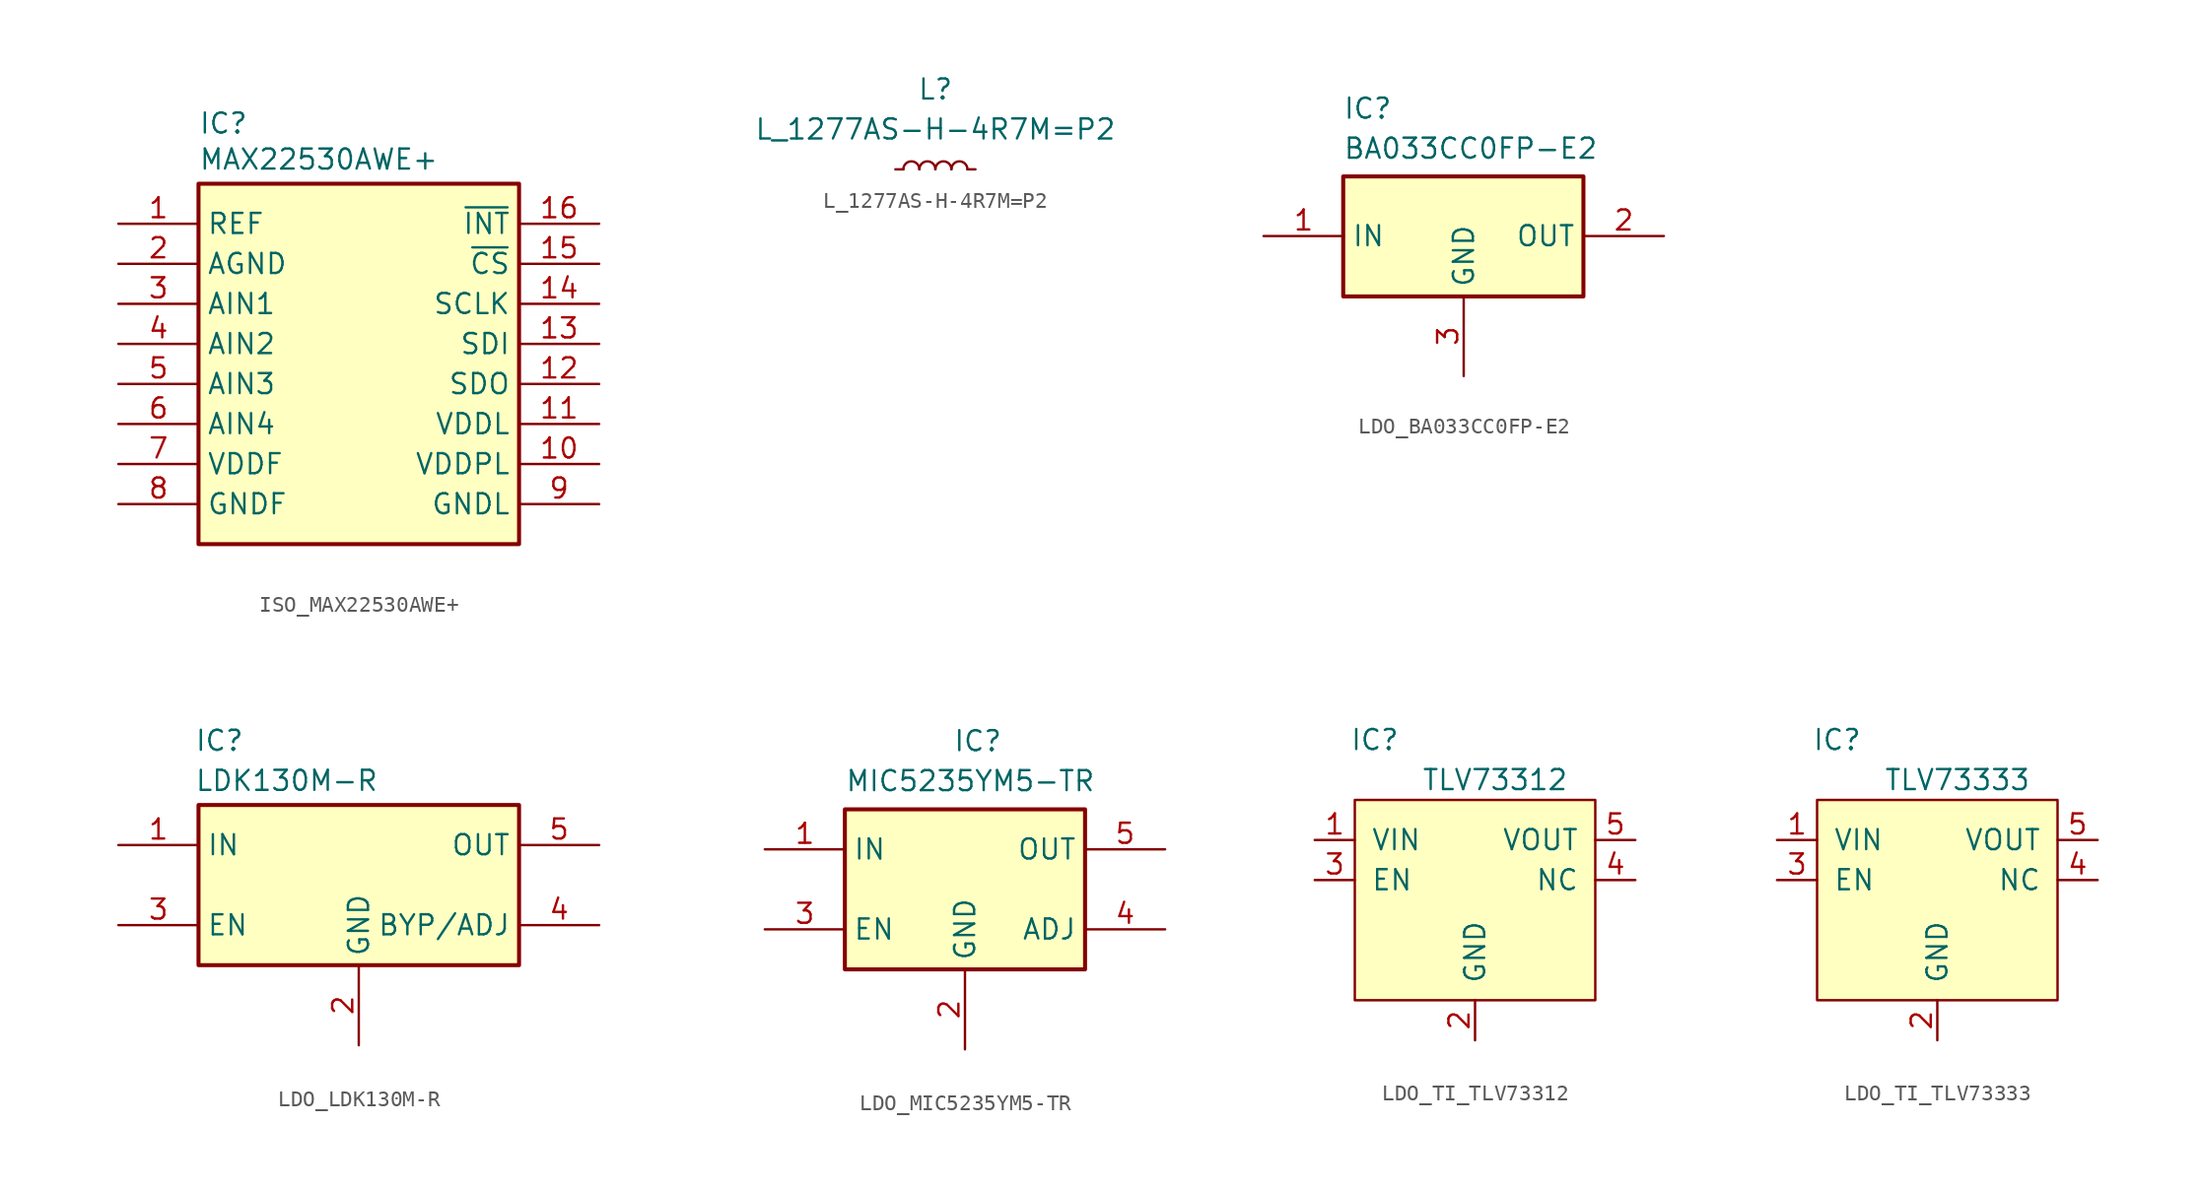
<source format=kicad_sym>
(kicad_symbol_lib
  (version 20220914)
  (generator kicad_symbol_editor)
  (symbol "ISO_MAX22530AWE+"
    (property "Reference" "IC"
      (at -10.16 16.002 0)
      (effects (font (size 1.27 1.27)) (justify left top)))
    (property "Value" "MAX22530AWE+"
      (at -10.16 13.716 0)
      (effects (font (size 1.27 1.27)) (justify left top)))
    (symbol "ISO_MAX22530AWE+_1_1"
      (rectangle (start -10.16 11.43) (end 10.16 -11.43) (stroke (width 0.254) (type default)) (fill (type background)))
      (pin passive line (at -15.24 8.89 0) (length 5.08) (name "REF" (effects (font (size 1.27 1.27)))) (number "1" (effects (font (size 1.27 1.27)))))
      (pin passive line (at 15.24 -6.35 180) (length 5.08) (name "VDDPL" (effects (font (size 1.27 1.27)))) (number "10" (effects (font (size 1.27 1.27)))))
      (pin passive line (at 15.24 -3.81 180) (length 5.08) (name "VDDL" (effects (font (size 1.27 1.27)))) (number "11" (effects (font (size 1.27 1.27)))))
      (pin passive line (at 15.24 -1.27 180) (length 5.08) (name "SDO" (effects (font (size 1.27 1.27)))) (number "12" (effects (font (size 1.27 1.27)))))
      (pin passive line (at 15.24 1.27 180) (length 5.08) (name "SDI" (effects (font (size 1.27 1.27)))) (number "13" (effects (font (size 1.27 1.27)))))
      (pin passive line (at 15.24 3.81 180) (length 5.08) (name "SCLK" (effects (font (size 1.27 1.27)))) (number "14" (effects (font (size 1.27 1.27)))))
      (pin passive line (at 15.24 6.35 180) (length 5.08) (name "~{CS}" (effects (font (size 1.27 1.27)))) (number "15" (effects (font (size 1.27 1.27)))))
      (pin passive line (at 15.24 8.89 180) (length 5.08) (name "~{INT}" (effects (font (size 1.27 1.27)))) (number "16" (effects (font (size 1.27 1.27)))))
      (pin passive line (at -15.24 6.35 0) (length 5.08) (name "AGND" (effects (font (size 1.27 1.27)))) (number "2" (effects (font (size 1.27 1.27)))))
      (pin passive line (at -15.24 3.81 0) (length 5.08) (name "AIN1" (effects (font (size 1.27 1.27)))) (number "3" (effects (font (size 1.27 1.27)))))
      (pin passive line (at -15.24 1.27 0) (length 5.08) (name "AIN2" (effects (font (size 1.27 1.27)))) (number "4" (effects (font (size 1.27 1.27)))))
      (pin passive line (at -15.24 -1.27 0) (length 5.08) (name "AIN3" (effects (font (size 1.27 1.27)))) (number "5" (effects (font (size 1.27 1.27)))))
      (pin passive line (at -15.24 -3.81 0) (length 5.08) (name "AIN4" (effects (font (size 1.27 1.27)))) (number "6" (effects (font (size 1.27 1.27)))))
      (pin passive line (at -15.24 -6.35 0) (length 5.08) (name "VDDF" (effects (font (size 1.27 1.27)))) (number "7" (effects (font (size 1.27 1.27)))))
      (pin passive line (at -15.24 -8.89 0) (length 5.08) (name "GNDF" (effects (font (size 1.27 1.27)))) (number "8" (effects (font (size 1.27 1.27)))))
      (pin passive line (at 15.24 -8.89 180) (length 5.08) (name "GNDL" (effects (font (size 1.27 1.27)))) (number "9" (effects (font (size 1.27 1.27)))))))
  (symbol "L_1277AS-H-4R7M=P2"
    (pin_numbers hide)
    (pin_names
      (offset 1.016) hide)
    (property "Reference" "L"
      (at 0 5.08 0)
      (effects (font (size 1.27 1.27))))
    (property "Value" "L_1277AS-H-4R7M=P2"
      (at 0 2.54 0)
      (effects (font (size 1.27 1.27))))
    (symbol "L_1277AS-H-4R7M=P2_1_1"
      (arc (start -1.016 0) (mid -1.524 0.5058) (end -2.032 0) (stroke (width 0) (type default)) (fill (type none)))
      (arc (start 0 0) (mid -0.508 0.5058) (end -1.016 0) (stroke (width 0) (type default)) (fill (type none)))
      (arc (start 1.016 0) (mid 0.508 0.5058) (end 0 0) (stroke (width 0) (type default)) (fill (type none)))
      (arc (start 2.032 0) (mid 1.524 0.5058) (end 1.016 0) (stroke (width 0) (type default)) (fill (type none)))
      (pin passive line (at -2.54 0 0) (length 0.508) (name "~" (effects (font (size 1.27 1.27)))) (number "1" (effects (font (size 1.27 1.27)))))
      (pin passive line (at 2.54 0 180) (length 0.508) (name "~" (effects (font (size 1.27 1.27)))) (number "2" (effects (font (size 1.27 1.27)))))))
  (symbol "LDO_BA033CC0FP-E2"
    (property "Reference" "IC"
      (at -7.671 8.839 0)
      (effects (font (size 1.27 1.27)) (justify left top)))
    (property "Value" "BA033CC0FP-E2"
      (at -7.671 6.299 0)
      (effects (font (size 1.27 1.27)) (justify left top)))
    (symbol "LDO_BA033CC0FP-E2_1_1"
      (rectangle (start -7.645 3.785) (end 7.595 -3.835) (stroke (width 0.254) (type default)) (fill (type background)))
      (pin power_in line (at -12.7 0 0) (length 5.08) (name "IN" (effects (font (size 1.27 1.27)))) (number "1" (effects (font (size 1.27 1.27)))))
      (pin power_out line (at 12.7 0 180) (length 5.08) (name "OUT" (effects (font (size 1.27 1.27)))) (number "2" (effects (font (size 1.27 1.27)))))
      (pin power_in line (at 0 -8.89 90) (length 5.08) (name "GND" (effects (font (size 1.27 1.27)))) (number "3" (effects (font (size 1.27 1.27)))))))
  (symbol "LDO_LDK130M-R"
    (property "Reference" "IC"
      (at -10.414 9.906 0)
      (effects (font (size 1.27 1.27)) (justify left top)))
    (property "Value" "LDK130M-R"
      (at -10.414 7.366 0)
      (effects (font (size 1.27 1.27)) (justify left top)))
    (symbol "LDO_LDK130M-R_1_1"
      (rectangle (start -10.16 5.08) (end 10.16 -5.08) (stroke (width 0.254) (type default)) (fill (type background)))
      (pin power_in line (at -15.24 2.54 0) (length 5.08) (name "IN" (effects (font (size 1.27 1.27)))) (number "1" (effects (font (size 1.27 1.27)))))
      (pin power_in line (at 0 -10.16 90) (length 5.08) (name "GND" (effects (font (size 1.27 1.27)))) (number "2" (effects (font (size 1.27 1.27)))))
      (pin input line (at -15.24 -2.54 0) (length 5.08) (name "EN" (effects (font (size 1.27 1.27)))) (number "3" (effects (font (size 1.27 1.27)))))
      (pin output line (at 15.24 -2.54 180) (length 5.08) (name "BYP/ADJ" (effects (font (size 1.27 1.27)))) (number "4" (effects (font (size 1.27 1.27)))))
      (pin power_out line (at 15.24 2.54 180) (length 5.08) (name "OUT" (effects (font (size 1.27 1.27)))) (number "5" (effects (font (size 1.27 1.27)))))))
  (symbol "LDO_MIC5235YM5-TR"
    (property "Reference" "IC"
      (at -0.762 10.16 0)
      (effects (font (size 1.27 1.27)) (justify left top)))
    (property "Value" "MIC5235YM5-TR"
      (at -7.62 7.62 0)
      (effects (font (size 1.27 1.27)) (justify left top)))
    (symbol "LDO_MIC5235YM5-TR_1_1"
      (rectangle (start -7.62 5.08) (end 7.62 -5.08) (stroke (width 0.254) (type default)) (fill (type background)))
      (pin power_in line (at -12.7 2.54 0) (length 5.08) (name "IN" (effects (font (size 1.27 1.27)))) (number "1" (effects (font (size 1.27 1.27)))))
      (pin power_in line (at 0 -10.16 90) (length 5.08) (name "GND" (effects (font (size 1.27 1.27)))) (number "2" (effects (font (size 1.27 1.27)))))
      (pin input line (at -12.7 -2.54 0) (length 5.08) (name "EN" (effects (font (size 1.27 1.27)))) (number "3" (effects (font (size 1.27 1.27)))))
      (pin output line (at 12.7 -2.54 180) (length 5.08) (name "ADJ" (effects (font (size 1.27 1.27)))) (number "4" (effects (font (size 1.27 1.27)))))
      (pin power_out line (at 12.7 2.54 180) (length 5.08) (name "OUT" (effects (font (size 1.27 1.27)))) (number "5" (effects (font (size 1.27 1.27)))))))
  (symbol "LDO_TI_TLV73312"
    (pin_names
      (offset 1.016))
    (property "Reference" "IC"
      (at -6.35 7.62 0)
      (effects (font (size 1.27 1.27))))
    (property "Value" "TLV73312"
      (at 1.27 5.08 0)
      (effects (font (size 1.27 1.27))))
    (symbol "LDO_TI_TLV73312_1_1"
      (rectangle (start -7.62 3.81) (end 7.62 -8.89) (stroke (width 0) (type default)) (fill (type background)))
      (pin power_in line (at -10.16 1.27 0) (length 2.54) (name "VIN" (effects (font (size 1.27 1.27)))) (number "1" (effects (font (size 1.27 1.27)))))
      (pin power_in line (at 0 -11.43 90) (length 2.54) (name "GND" (effects (font (size 1.27 1.27)))) (number "2" (effects (font (size 1.27 1.27)))))
      (pin input line (at -10.16 -1.27 0) (length 2.54) (name "EN" (effects (font (size 1.27 1.27)))) (number "3" (effects (font (size 1.27 1.27)))))
      (pin passive line (at 10.16 -1.27 180) (length 2.54) (name "NC" (effects (font (size 1.27 1.27)))) (number "4" (effects (font (size 1.27 1.27)))))
      (pin power_out line (at 10.16 1.27 180) (length 2.54) (name "VOUT" (effects (font (size 1.27 1.27)))) (number "5" (effects (font (size 1.27 1.27)))))))
  (symbol "LDO_TI_TLV73333"
    (pin_names
      (offset 1.016))
    (property "Reference" "IC"
      (at -6.35 7.62 0)
      (effects (font (size 1.27 1.27))))
    (property "Value" "TLV73333"
      (at 1.27 5.08 0)
      (effects (font (size 1.27 1.27))))
    (symbol "LDO_TI_TLV73333_1_1"
      (rectangle (start -7.62 3.81) (end 7.62 -8.89) (stroke (width 0) (type default)) (fill (type background)))
      (pin power_in line (at -10.16 1.27 0) (length 2.54) (name "VIN" (effects (font (size 1.27 1.27)))) (number "1" (effects (font (size 1.27 1.27)))))
      (pin power_in line (at 0 -11.43 90) (length 2.54) (name "GND" (effects (font (size 1.27 1.27)))) (number "2" (effects (font (size 1.27 1.27)))))
      (pin input line (at -10.16 -1.27 0) (length 2.54) (name "EN" (effects (font (size 1.27 1.27)))) (number "3" (effects (font (size 1.27 1.27)))))
      (pin passive line (at 10.16 -1.27 180) (length 2.54) (name "NC" (effects (font (size 1.27 1.27)))) (number "4" (effects (font (size 1.27 1.27)))))
      (pin power_out line (at 10.16 1.27 180) (length 2.54) (name "VOUT" (effects (font (size 1.27 1.27)))) (number "5" (effects (font (size 1.27 1.27))))))))
</source>
